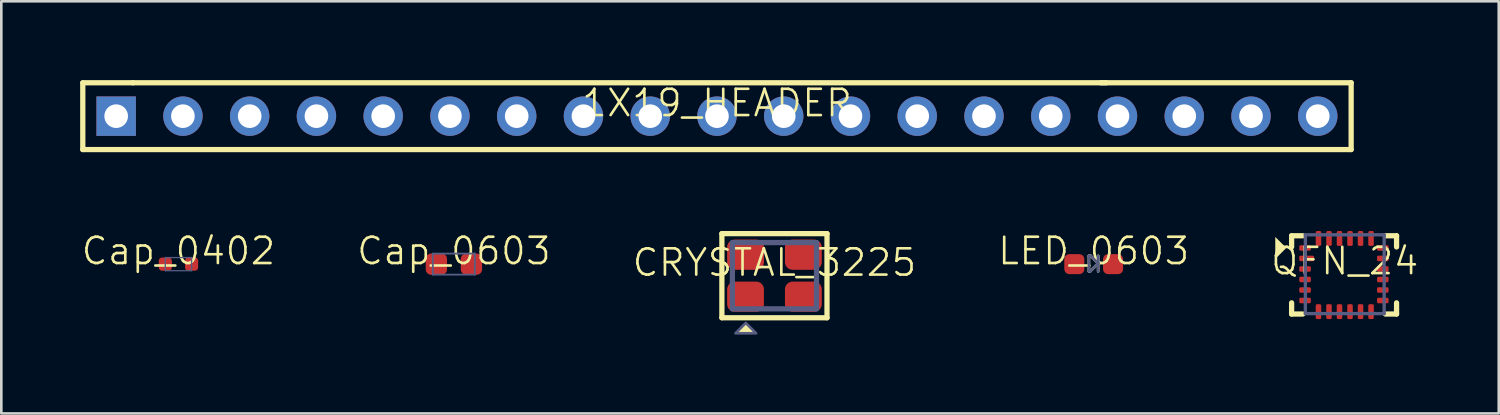
<source format=kicad_pcb>
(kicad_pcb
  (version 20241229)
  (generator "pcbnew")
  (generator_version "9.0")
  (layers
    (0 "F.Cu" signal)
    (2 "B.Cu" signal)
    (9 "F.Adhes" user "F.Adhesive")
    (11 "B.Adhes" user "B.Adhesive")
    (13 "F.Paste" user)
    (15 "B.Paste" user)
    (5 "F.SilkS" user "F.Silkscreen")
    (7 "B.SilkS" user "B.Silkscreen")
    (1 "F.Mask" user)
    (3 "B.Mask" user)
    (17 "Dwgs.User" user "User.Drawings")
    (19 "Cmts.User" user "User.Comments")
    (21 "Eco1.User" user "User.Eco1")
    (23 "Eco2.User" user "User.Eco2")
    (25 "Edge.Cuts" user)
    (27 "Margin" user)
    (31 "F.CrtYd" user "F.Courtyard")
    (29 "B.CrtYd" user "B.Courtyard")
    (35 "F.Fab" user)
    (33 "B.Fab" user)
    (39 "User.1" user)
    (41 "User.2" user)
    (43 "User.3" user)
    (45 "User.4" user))
  (footprint "CRYSTAL_3225"
    (layer "F.Cu")
    (at 26.417 7.44)
    (property "Reference" "CRYSTAL_3225" (at 0 -0.5 0) (unlocked yes) (layer "F.SilkS") (effects (font (size 1 1) (thickness 0.1))))
    (attr smd)
    (fp_line (start -2 -1.6) (end 2 -1.6) (stroke (width 0.2) (type solid)) (layer "F.SilkS"))
    (fp_line (start -2 1.6) (end -2 -1.6) (stroke (width 0.2) (type solid)) (layer "F.SilkS"))
    (fp_line (start -2 1.6) (end 2 1.6) (stroke (width 0.2) (type solid)) (layer "F.SilkS"))
    (fp_line (start 2 1.6) (end 2 -1.6) (stroke (width 0.2) (type solid)) (layer "F.SilkS"))
    (fp_poly (pts (xy -1.482 2.191) (xy -1.09 1.799) (xy -0.698 2.191)) (stroke (width 0) (type default)) (fill yes) (layer "F.SilkS"))
    (fp_line (start -1.6 -1.26) (end 1.6 -1.26) (stroke (width 0.2) (type solid)) (layer "B.Fab"))
    (fp_line (start -1.6 1.26) (end -1.6 -1.26) (stroke (width 0.2) (type solid)) (layer "B.Fab"))
    (fp_line (start -1.6 1.26) (end 1.6 1.26) (stroke (width 0.2) (type solid)) (layer "B.Fab"))
    (fp_line (start 1.6 1.26) (end 1.6 -1.26) (stroke (width 0.2) (type solid)) (layer "B.Fab"))
    (fp_poly (pts (xy -1.482 2.191) (xy -1.09 1.799) (xy -0.698 2.191)) (stroke (width 0.1) (type default)) (fill no) (layer "B.Fab"))
    (pad "1" smd roundrect (at -1.1 0.8) (size 1.4 1.15) (layers "F.Cu" "F.Mask" "F.Paste") (roundrect_rratio 0.25))
    (pad "2" smd roundrect (at 1.1 0.8) (size 1.4 1.15) (layers "F.Cu" "F.Mask" "F.Paste") (roundrect_rratio 0.25))
    (pad "3" smd roundrect (at 1.1 -0.8) (size 1.4 1.15) (layers "F.Cu" "F.Mask" "F.Paste") (roundrect_rratio 0.25))
    (pad "4" smd roundrect (at -1.1 -0.8) (size 1.4 1.15) (layers "F.Cu" "F.Mask" "F.Paste") (roundrect_rratio 0.25)))
  (footprint "LED_0603"
    (layer "F.Cu")
    (at 38.564 7)
    (property "Reference" "LED_0603" (at 0 -0.5 0) (unlocked yes) (layer "F.SilkS") (effects (font (size 1 1) (thickness 0.1))))
    (attr smd)
    (fp_line (start -0.182 0.27) (end -0.182 -0.314) (stroke (width 0.1) (type solid)) (layer "F.SilkS"))
    (fp_line (start -0.13 0.27) (end -0.182 0.27) (stroke (width 0.1) (type solid)) (layer "F.SilkS"))
    (fp_line (start -0.13 0.27) (end 0.17 -0.03) (stroke (width 0.1) (type solid)) (layer "F.SilkS"))
    (fp_line (start -0.114 -0.314) (end -0.182 -0.314) (stroke (width 0.1) (type solid)) (layer "F.SilkS"))
    (fp_line (start 0.17 -0.03) (end -0.114 -0.314) (stroke (width 0.1) (type solid)) (layer "F.SilkS"))
    (fp_line (start 0.17 -0.03) (end 0.17 -0.31) (stroke (width 0.1) (type solid)) (layer "F.SilkS"))
    (fp_line (start 0.17 0.275) (end 0.17 -0.31) (stroke (width 0.1) (type solid)) (layer "F.SilkS"))
    (fp_line (start -0.182 0.27) (end -0.182 -0.314) (stroke (width 0.1) (type solid)) (layer "B.Fab"))
    (fp_line (start -0.13 0.27) (end -0.182 0.27) (stroke (width 0.1) (type solid)) (layer "B.Fab"))
    (fp_line (start -0.13 0.27) (end 0.17 -0.03) (stroke (width 0.1) (type solid)) (layer "B.Fab"))
    (fp_line (start -0.114 -0.314) (end -0.182 -0.314) (stroke (width 0.1) (type solid)) (layer "B.Fab"))
    (fp_line (start 0.17 -0.03) (end -0.114 -0.314) (stroke (width 0.1) (type solid)) (layer "B.Fab"))
    (fp_line (start 0.17 -0.03) (end 0.17 -0.31) (stroke (width 0.1) (type solid)) (layer "B.Fab"))
    (fp_line (start 0.17 0.275) (end 0.17 -0.31) (stroke (width 0.1) (type solid)) (layer "B.Fab"))
    (pad "A" smd roundrect (at -0.737 0 90) (size 0.762 0.762) (layers "F.Cu" "F.Mask" "F.Paste") (roundrect_rratio 0.25))
    (pad "K" smd roundrect (at 0.737 0 90) (size 0.762 0.762) (layers "F.Cu" "F.Mask" "F.Paste") (roundrect_rratio 0.25)))
  (footprint "Cap_0603"
    (layer "F.Cu")
    (at 14.221 7)
    (property "Reference" "Cap_0603" (at 0 -0.5 0) (unlocked yes) (layer "F.SilkS") (effects (font (size 1 1) (thickness 0.1))))
    (attr smd)
    (fp_line (start -0.804 0.401) (end -0.804 -0.399) (stroke (width 0.07) (type solid)) (layer "B.Fab"))
    (fp_line (start -0.8 -0.4) (end 0.8 -0.4) (stroke (width 0.07) (type solid)) (layer "B.Fab"))
    (fp_line (start -0.8 0.4) (end 0.8 0.4) (stroke (width 0.07) (type solid)) (layer "B.Fab"))
    (fp_line (start 0.796 0.401) (end 0.796 -0.399) (stroke (width 0.07) (type solid)) (layer "B.Fab"))
    (fp_line (start -1.318 0.66) (end -1.318 0.66) (stroke (width 0.127) (type solid)) (layer "User.13"))
    (fp_line (start -1.314 -0.659) (end 1.314 -0.659) (stroke (width 0.127) (type solid)) (layer "User.13"))
    (fp_line (start -1.314 0.659) (end 1.314 0.659) (stroke (width 0.127) (type solid)) (layer "User.13"))
    (fp_line (start -1.314 0.659) (end -1.314 -0.659) (stroke (width 0.127) (type solid)) (layer "User.13"))
    (fp_line (start 1.314 0.659) (end 1.314 -0.659) (stroke (width 0.127) (type solid)) (layer "User.13"))
    (pad "1" smd roundrect (at -0.667 0.001) (size 0.81 0.81) (layers "F.Cu" "F.Mask" "F.Paste") (roundrect_rratio 0.25))
    (pad "2" smd roundrect (at 0.667 0.001) (size 0.81 0.81) (layers "F.Cu" "F.Mask" "F.Paste") (roundrect_rratio 0.25)))
  (footprint "Cap_0402"
    (layer "F.Cu")
    (at 3.74 7)
    (property "Reference" "Cap_0402" (at 0 -0.5 0) (unlocked yes) (layer "F.SilkS") (effects (font (size 1 1) (thickness 0.1))))
    (attr smd)
    (fp_line (start -0.5 -0.25) (end -0.5 0.25) (stroke (width 0.05) (type solid)) (layer "B.Fab"))
    (fp_line (start 0.5 -0.25) (end -0.5 -0.25) (stroke (width 0.05) (type solid)) (layer "B.Fab"))
    (fp_line (start 0.5 -0.25) (end 0.5 0.25) (stroke (width 0.05) (type solid)) (layer "B.Fab"))
    (fp_line (start 0.5 0.25) (end -0.5 0.25) (stroke (width 0.05) (type solid)) (layer "B.Fab"))
    (pad "1" smd roundrect (at -0.5 0) (size 0.5 0.5) (layers "F.Cu" "F.Mask" "F.Paste") (roundrect_rratio 0.25))
    (pad "2" smd roundrect (at 0.5 0) (size 0.5 0.5) (layers "F.Cu" "F.Mask" "F.Paste") (roundrect_rratio 0.25)))
  (footprint "QFN_24"
    (layer "F.Cu")
    (at 48.117 7.383)
    (property "Reference" "QFN_24" (at 0 -0.5 0) (unlocked yes) (layer "F.SilkS") (effects (font (size 1 1) (thickness 0.1))))
    (attr smd)
    (fp_line (start -2.022 -1.462) (end -2.022 -1.037) (stroke (width 0.2) (type solid)) (layer "F.SilkS"))
    (fp_line (start -2.022 1.09) (end -2.022 1.515) (stroke (width 0.2) (type solid)) (layer "F.SilkS"))
    (fp_line (start -1.597 -1.462) (end -2.022 -1.462) (stroke (width 0.2) (type solid)) (layer "F.SilkS"))
    (fp_line (start -1.597 1.515) (end -2.022 1.515) (stroke (width 0.2) (type solid)) (layer "F.SilkS"))
    (fp_line (start 1.971 -1.462) (end 1.546 -1.462) (stroke (width 0.2) (type solid)) (layer "F.SilkS"))
    (fp_line (start 1.971 -1.462) (end 1.971 -1.037) (stroke (width 0.2) (type solid)) (layer "F.SilkS"))
    (fp_line (start 1.971 1.09) (end 1.971 1.515) (stroke (width 0.2) (type solid)) (layer "F.SilkS"))
    (fp_line (start 1.971 1.515) (end 1.546 1.515) (stroke (width 0.2) (type solid)) (layer "F.SilkS"))
    (fp_poly (pts (xy -2.225 -0.999) (xy -2.644 -0.58) (xy -2.644 -1.418)) (stroke (width 0) (type default)) (fill yes) (layer "F.SilkS"))
    (fp_line (start -1.499 -1.498) (end -1.499 1.5) (stroke (width 0.127) (type solid)) (layer "B.Fab"))
    (fp_line (start 1.499 -1.498) (end -1.499 -1.498) (stroke (width 0.127) (type solid)) (layer "B.Fab"))
    (fp_line (start 1.499 -1.498) (end 1.499 1.5) (stroke (width 0.127) (type solid)) (layer "B.Fab"))
    (fp_line (start 1.499 1.5) (end -1.499 1.5) (stroke (width 0.127) (type solid)) (layer "B.Fab"))
    (pad "1" smd roundrect (at -1.511 -0.999 90) (size 0.21 0.44) (layers "F.Cu" "F.Mask" "F.Paste") (roundrect_rratio 0.25))
    (pad "2" smd roundrect (at -1.449 -0.599 90) (size 0.21 0.565) (layers "F.Cu" "F.Mask" "F.Paste") (roundrect_rratio 0.25))
    (pad "3" smd roundrect (at -1.511 -0.199 90) (size 0.21 0.44) (layers "F.Cu" "F.Mask" "F.Paste") (roundrect_rratio 0.25))
    (pad "4" smd roundrect (at -1.511 0.201 90) (size 0.21 0.44) (layers "F.Cu" "F.Mask" "F.Paste") (roundrect_rratio 0.25))
    (pad "5" smd roundrect (at -1.511 0.601 90) (size 0.21 0.44) (layers "F.Cu" "F.Mask" "F.Paste") (roundrect_rratio 0.25))
    (pad "6" smd roundrect (at -1.511 1.001 90) (size 0.21 0.44) (layers "F.Cu" "F.Mask" "F.Paste") (roundrect_rratio 0.25))
    (pad "7" smd roundrect (at -1 1.425) (size 0.21 0.565) (layers "F.Cu" "F.Mask" "F.Paste") (roundrect_rratio 0.25))
    (pad "8" smd roundrect (at -0.6 1.425) (size 0.21 0.565) (layers "F.Cu" "F.Mask" "F.Paste") (roundrect_rratio 0.25))
    (pad "9" smd roundrect (at -0.2 1.425) (size 0.21 0.565) (layers "F.Cu" "F.Mask" "F.Paste") (roundrect_rratio 0.25))
    (pad "10" smd roundrect (at 0.2 1.425) (size 0.21 0.565) (layers "F.Cu" "F.Mask" "F.Paste") (roundrect_rratio 0.25))
    (pad "11" smd roundrect (at 0.6 1.425) (size 0.21 0.565) (layers "F.Cu" "F.Mask" "F.Paste") (roundrect_rratio 0.25))
    (pad "12" smd roundrect (at 1 1.425) (size 0.21 0.565) (layers "F.Cu" "F.Mask" "F.Paste") (roundrect_rratio 0.25))
    (pad "13" smd roundrect (at 1.448 1.001 90) (size 0.21 0.44) (layers "F.Cu" "F.Mask" "F.Paste") (roundrect_rratio 0.25))
    (pad "14" smd roundrect (at 1.448 0.601 90) (size 0.21 0.44) (layers "F.Cu" "F.Mask" "F.Paste") (roundrect_rratio 0.25))
    (pad "15" smd roundrect (at 1.448 0.201 90) (size 0.21 0.44) (layers "F.Cu" "F.Mask" "F.Paste") (roundrect_rratio 0.25))
    (pad "16" smd roundrect (at 1.448 -0.199 90) (size 0.21 0.44) (layers "F.Cu" "F.Mask" "F.Paste") (roundrect_rratio 0.25))
    (pad "17" smd roundrect (at 1.448 -0.599 90) (size 0.21 0.44) (layers "F.Cu" "F.Mask" "F.Paste") (roundrect_rratio 0.25))
    (pad "18" smd roundrect (at 1.448 -0.999 90) (size 0.21 0.44) (layers "F.Cu" "F.Mask" "F.Paste") (roundrect_rratio 0.25))
    (pad "19" smd roundrect (at 1 -1.36) (size 0.21 0.565) (layers "F.Cu" "F.Mask" "F.Paste") (roundrect_rratio 0.25))
    (pad "20" smd roundrect (at 0.6 -1.36) (size 0.21 0.565) (layers "F.Cu" "F.Mask" "F.Paste") (roundrect_rratio 0.25))
    (pad "21" smd roundrect (at 0.2 -1.36) (size 0.21 0.565) (layers "F.Cu" "F.Mask" "F.Paste") (roundrect_rratio 0.25))
    (pad "22" smd roundrect (at -0.2 -1.36) (size 0.21 0.565) (layers "F.Cu" "F.Mask" "F.Paste") (roundrect_rratio 0.25))
    (pad "23" smd roundrect (at -0.6 -1.36) (size 0.21 0.565) (layers "F.Cu" "F.Mask" "F.Paste") (roundrect_rratio 0.25))
    (pad "24" smd roundrect (at -1 -1.36) (size 0.21 0.565) (layers "F.Cu" "F.Mask" "F.Paste") (roundrect_rratio 0.25)))
  (footprint "1X19_HEADER"
    (layer "F.Cu")
    (at 24.23 1.37)
    (property "Reference" "1X19_HEADER" (at 0 -0.5 0) (unlocked yes) (layer "F.SilkS") (effects (font (size 1 1) (thickness 0.1))))
    (attr smd)
    (fp_line (start -24.13 -1.27) (end -24.13 1.27) (stroke (width 0.2) (type solid)) (layer "F.SilkS"))
    (fp_line (start -22.225 -1.27) (end -24.13 -1.27) (stroke (width 0.2) (type solid)) (layer "F.SilkS"))
    (fp_line (start 14.817 -1.27) (end 14.605 -1.27) (stroke (width 0.2) (type solid)) (layer "F.SilkS"))
    (fp_line (start 24.13 -1.27) (end -22.225 -1.27) (stroke (width 0.2) (type solid)) (layer "F.SilkS"))
    (fp_line (start 24.13 -1.27) (end 24.13 1.27) (stroke (width 0.2) (type solid)) (layer "F.SilkS"))
    (fp_line (start 24.13 1.27) (end -24.13 1.27) (stroke (width 0.2) (type solid)) (layer "F.SilkS"))
    (fp_line (start -24.13 -1.27) (end -24.13 1.27) (stroke (width 0.2) (type solid)) (layer "User.12"))
    (fp_line (start -22.225 -1.27) (end -24.13 -1.27) (stroke (width 0.2) (type solid)) (layer "User.12"))
    (fp_line (start 14.817 -1.27) (end 14.605 -1.27) (stroke (width 0.2) (type solid)) (layer "User.12"))
    (fp_line (start 24.13 -1.27) (end -22.225 -1.27) (stroke (width 0.2) (type solid)) (layer "User.12"))
    (fp_line (start 24.13 -1.27) (end 24.13 1.27) (stroke (width 0.2) (type solid)) (layer "User.12"))
    (fp_line (start 24.13 1.27) (end -24.13 1.27) (stroke (width 0.2) (type solid)) (layer "User.12"))
    (pad "1" thru_hole rect (at -22.86 0) (size 1.5 1.5) (drill 0.9) (layers "*.Cu" "*.Mask"))
    (pad "2" thru_hole circle (at -20.32 0) (size 1.5 1.5) (drill 0.9) (layers "*.Cu" "*.Mask"))
    (pad "3" thru_hole circle (at -17.78 0) (size 1.5 1.5) (drill 0.9) (layers "*.Cu" "*.Mask"))
    (pad "4" thru_hole circle (at -15.24 0) (size 1.5 1.5) (drill 0.9) (layers "*.Cu" "*.Mask"))
    (pad "5" thru_hole circle (at -12.7 0) (size 1.5 1.5) (drill 0.9) (layers "*.Cu" "*.Mask"))
    (pad "6" thru_hole circle (at -10.16 0) (size 1.5 1.5) (drill 0.9) (layers "*.Cu" "*.Mask"))
    (pad "7" thru_hole circle (at -7.62 0) (size 1.5 1.5) (drill 0.9) (layers "*.Cu" "*.Mask"))
    (pad "8" thru_hole circle (at -5.08 0) (size 1.5 1.5) (drill 0.9) (layers "*.Cu" "*.Mask"))
    (pad "9" thru_hole circle (at -2.54 0) (size 1.5 1.5) (drill 0.9) (layers "*.Cu" "*.Mask"))
    (pad "10" thru_hole circle (at 0 0) (size 1.5 1.5) (drill 0.9) (layers "*.Cu" "*.Mask"))
    (pad "11" thru_hole circle (at 2.54 0) (size 1.5 1.5) (drill 0.9) (layers "*.Cu" "*.Mask"))
    (pad "12" thru_hole circle (at 5.08 0) (size 1.5 1.5) (drill 0.9) (layers "*.Cu" "*.Mask"))
    (pad "13" thru_hole circle (at 7.62 0) (size 1.5 1.5) (drill 0.9) (layers "*.Cu" "*.Mask"))
    (pad "14" thru_hole circle (at 10.16 0) (size 1.5 1.5) (drill 0.9) (layers "*.Cu" "*.Mask"))
    (pad "15" thru_hole circle (at 12.7 0) (size 1.5 1.5) (drill 0.9) (layers "*.Cu" "*.Mask"))
    (pad "16" thru_hole circle (at 15.24 0) (size 1.5 1.5) (drill 0.9) (layers "*.Cu" "*.Mask"))
    (pad "17" thru_hole circle (at 17.78 0) (size 1.5 1.5) (drill 0.9) (layers "*.Cu" "*.Mask"))
    (pad "18" thru_hole circle (at 20.32 0) (size 1.5 1.5) (drill 0.9) (layers "*.Cu" "*.Mask"))
    (pad "19" thru_hole circle (at 22.86 0) (size 1.5 1.5) (drill 0.9) (layers "*.Cu" "*.Mask")))
  (gr_rect
    (start -3 -3)
    (end 53.976 12.681)
    (stroke (width 0.1) (type default))
    (fill no)
    (layer "Edge.Cuts")))
</source>
